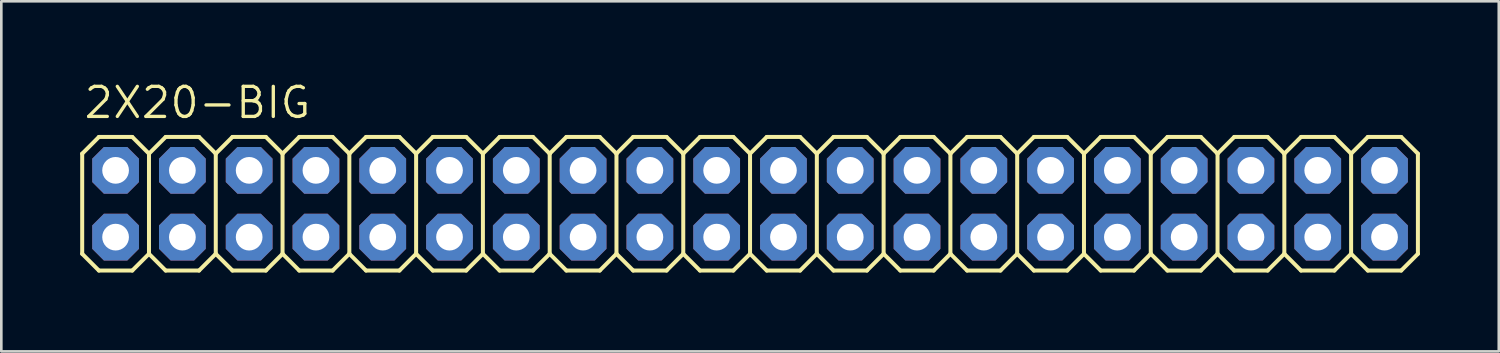
<source format=kicad_pcb>
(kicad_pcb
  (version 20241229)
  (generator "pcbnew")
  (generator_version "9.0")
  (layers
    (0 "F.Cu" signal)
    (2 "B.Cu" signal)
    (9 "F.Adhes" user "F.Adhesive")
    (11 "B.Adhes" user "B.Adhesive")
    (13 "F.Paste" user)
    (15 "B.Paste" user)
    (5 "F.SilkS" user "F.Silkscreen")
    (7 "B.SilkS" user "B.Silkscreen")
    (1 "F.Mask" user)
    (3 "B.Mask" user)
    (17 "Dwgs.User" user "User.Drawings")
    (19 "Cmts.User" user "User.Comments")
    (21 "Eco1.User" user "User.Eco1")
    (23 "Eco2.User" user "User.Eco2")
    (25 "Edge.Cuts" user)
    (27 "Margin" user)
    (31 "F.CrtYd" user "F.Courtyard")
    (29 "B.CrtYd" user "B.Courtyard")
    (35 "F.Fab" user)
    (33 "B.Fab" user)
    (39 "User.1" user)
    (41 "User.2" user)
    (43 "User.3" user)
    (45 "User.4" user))
  (footprint "2X20-BIG"
    (layer "F.Cu")
    (at 25.476 4.699)
    (property "Reference" "2X20-BIG" (at -25.4 -3.175 0) (layer "F.SilkS") (effects (font (size 1.143 1.143) (thickness 0.127)) (justify left bottom)))
    (fp_line (start -25.4 -1.905) (end -24.765 -2.54) (stroke (width 0.152) (type solid)) (layer "F.SilkS"))
    (fp_line (start -25.4 1.905) (end -25.4 -1.905) (stroke (width 0.152) (type solid)) (layer "F.SilkS"))
    (fp_line (start -25.4 1.905) (end -24.765 2.54) (stroke (width 0.152) (type solid)) (layer "F.SilkS"))
    (fp_line (start -24.765 -2.54) (end -23.495 -2.54) (stroke (width 0.152) (type solid)) (layer "F.SilkS"))
    (fp_line (start -24.765 2.54) (end -23.495 2.54) (stroke (width 0.152) (type solid)) (layer "F.SilkS"))
    (fp_line (start -23.495 -2.54) (end -22.86 -1.905) (stroke (width 0.152) (type solid)) (layer "F.SilkS"))
    (fp_line (start -23.495 2.54) (end -22.86 1.905) (stroke (width 0.152) (type solid)) (layer "F.SilkS"))
    (fp_line (start -22.86 -1.905) (end -22.86 1.905) (stroke (width 0.152) (type solid)) (layer "F.SilkS"))
    (fp_line (start -22.86 -1.905) (end -22.225 -2.54) (stroke (width 0.152) (type solid)) (layer "F.SilkS"))
    (fp_line (start -22.86 1.905) (end -22.225 2.54) (stroke (width 0.152) (type solid)) (layer "F.SilkS"))
    (fp_line (start -22.225 -2.54) (end -20.955 -2.54) (stroke (width 0.152) (type solid)) (layer "F.SilkS"))
    (fp_line (start -22.225 2.54) (end -20.955 2.54) (stroke (width 0.152) (type solid)) (layer "F.SilkS"))
    (fp_line (start -20.955 -2.54) (end -20.32 -1.905) (stroke (width 0.152) (type solid)) (layer "F.SilkS"))
    (fp_line (start -20.955 2.54) (end -20.32 1.905) (stroke (width 0.152) (type solid)) (layer "F.SilkS"))
    (fp_line (start -20.32 -1.905) (end -20.32 1.905) (stroke (width 0.152) (type solid)) (layer "F.SilkS"))
    (fp_line (start -20.32 -1.905) (end -19.685 -2.54) (stroke (width 0.152) (type solid)) (layer "F.SilkS"))
    (fp_line (start -20.32 1.905) (end -19.685 2.54) (stroke (width 0.152) (type solid)) (layer "F.SilkS"))
    (fp_line (start -19.685 -2.54) (end -18.415 -2.54) (stroke (width 0.152) (type solid)) (layer "F.SilkS"))
    (fp_line (start -19.685 2.54) (end -18.415 2.54) (stroke (width 0.152) (type solid)) (layer "F.SilkS"))
    (fp_line (start -18.415 -2.54) (end -17.78 -1.905) (stroke (width 0.152) (type solid)) (layer "F.SilkS"))
    (fp_line (start -18.415 2.54) (end -17.78 1.905) (stroke (width 0.152) (type solid)) (layer "F.SilkS"))
    (fp_line (start -17.78 -1.905) (end -17.78 1.905) (stroke (width 0.152) (type solid)) (layer "F.SilkS"))
    (fp_line (start -17.78 -1.905) (end -17.145 -2.54) (stroke (width 0.152) (type solid)) (layer "F.SilkS"))
    (fp_line (start -17.78 1.905) (end -17.145 2.54) (stroke (width 0.152) (type solid)) (layer "F.SilkS"))
    (fp_line (start -17.145 -2.54) (end -15.875 -2.54) (stroke (width 0.152) (type solid)) (layer "F.SilkS"))
    (fp_line (start -17.145 2.54) (end -15.875 2.54) (stroke (width 0.152) (type solid)) (layer "F.SilkS"))
    (fp_line (start -15.875 -2.54) (end -15.24 -1.905) (stroke (width 0.152) (type solid)) (layer "F.SilkS"))
    (fp_line (start -15.875 2.54) (end -15.24 1.905) (stroke (width 0.152) (type solid)) (layer "F.SilkS"))
    (fp_line (start -15.24 -1.905) (end -15.24 1.905) (stroke (width 0.152) (type solid)) (layer "F.SilkS"))
    (fp_line (start -15.24 -1.905) (end -14.605 -2.54) (stroke (width 0.152) (type solid)) (layer "F.SilkS"))
    (fp_line (start -15.24 1.905) (end -14.605 2.54) (stroke (width 0.152) (type solid)) (layer "F.SilkS"))
    (fp_line (start -14.605 -2.54) (end -13.335 -2.54) (stroke (width 0.152) (type solid)) (layer "F.SilkS"))
    (fp_line (start -14.605 2.54) (end -13.335 2.54) (stroke (width 0.152) (type solid)) (layer "F.SilkS"))
    (fp_line (start -13.335 -2.54) (end -12.7 -1.905) (stroke (width 0.152) (type solid)) (layer "F.SilkS"))
    (fp_line (start -13.335 2.54) (end -12.7 1.905) (stroke (width 0.152) (type solid)) (layer "F.SilkS"))
    (fp_line (start -12.7 -1.905) (end -12.7 1.905) (stroke (width 0.152) (type solid)) (layer "F.SilkS"))
    (fp_line (start -12.7 -1.905) (end -12.065 -2.54) (stroke (width 0.152) (type solid)) (layer "F.SilkS"))
    (fp_line (start -12.7 1.905) (end -12.065 2.54) (stroke (width 0.152) (type solid)) (layer "F.SilkS"))
    (fp_line (start -12.065 -2.54) (end -10.795 -2.54) (stroke (width 0.152) (type solid)) (layer "F.SilkS"))
    (fp_line (start -12.065 2.54) (end -10.795 2.54) (stroke (width 0.152) (type solid)) (layer "F.SilkS"))
    (fp_line (start -10.795 -2.54) (end -10.16 -1.905) (stroke (width 0.152) (type solid)) (layer "F.SilkS"))
    (fp_line (start -10.795 2.54) (end -10.16 1.905) (stroke (width 0.152) (type solid)) (layer "F.SilkS"))
    (fp_line (start -10.16 -1.905) (end -10.16 1.905) (stroke (width 0.152) (type solid)) (layer "F.SilkS"))
    (fp_line (start -10.16 -1.905) (end -9.525 -2.54) (stroke (width 0.152) (type solid)) (layer "F.SilkS"))
    (fp_line (start -10.16 1.905) (end -9.525 2.54) (stroke (width 0.152) (type solid)) (layer "F.SilkS"))
    (fp_line (start -9.525 -2.54) (end -8.255 -2.54) (stroke (width 0.152) (type solid)) (layer "F.SilkS"))
    (fp_line (start -8.255 -2.54) (end -7.62 -1.905) (stroke (width 0.152) (type solid)) (layer "F.SilkS"))
    (fp_line (start -8.255 2.54) (end -9.525 2.54) (stroke (width 0.152) (type solid)) (layer "F.SilkS"))
    (fp_line (start -7.62 -1.905) (end -7.62 1.905) (stroke (width 0.152) (type solid)) (layer "F.SilkS"))
    (fp_line (start -7.62 -1.905) (end -6.985 -2.54) (stroke (width 0.152) (type solid)) (layer "F.SilkS"))
    (fp_line (start -7.62 1.905) (end -8.255 2.54) (stroke (width 0.152) (type solid)) (layer "F.SilkS"))
    (fp_line (start -7.62 1.905) (end -6.985 2.54) (stroke (width 0.152) (type solid)) (layer "F.SilkS"))
    (fp_line (start -6.985 -2.54) (end -5.715 -2.54) (stroke (width 0.152) (type solid)) (layer "F.SilkS"))
    (fp_line (start -5.715 -2.54) (end -5.08 -1.905) (stroke (width 0.152) (type solid)) (layer "F.SilkS"))
    (fp_line (start -5.715 2.54) (end -6.985 2.54) (stroke (width 0.152) (type solid)) (layer "F.SilkS"))
    (fp_line (start -5.08 -1.905) (end -5.08 1.905) (stroke (width 0.152) (type solid)) (layer "F.SilkS"))
    (fp_line (start -5.08 -1.905) (end -4.445 -2.54) (stroke (width 0.152) (type solid)) (layer "F.SilkS"))
    (fp_line (start -5.08 1.905) (end -5.715 2.54) (stroke (width 0.152) (type solid)) (layer "F.SilkS"))
    (fp_line (start -5.08 1.905) (end -4.445 2.54) (stroke (width 0.152) (type solid)) (layer "F.SilkS"))
    (fp_line (start -4.445 -2.54) (end -3.175 -2.54) (stroke (width 0.152) (type solid)) (layer "F.SilkS"))
    (fp_line (start -3.175 -2.54) (end -2.54 -1.905) (stroke (width 0.152) (type solid)) (layer "F.SilkS"))
    (fp_line (start -3.175 2.54) (end -4.445 2.54) (stroke (width 0.152) (type solid)) (layer "F.SilkS"))
    (fp_line (start -2.54 -1.905) (end -2.54 1.905) (stroke (width 0.152) (type solid)) (layer "F.SilkS"))
    (fp_line (start -2.54 -1.905) (end -1.905 -2.54) (stroke (width 0.152) (type solid)) (layer "F.SilkS"))
    (fp_line (start -2.54 1.905) (end -3.175 2.54) (stroke (width 0.152) (type solid)) (layer "F.SilkS"))
    (fp_line (start -2.54 1.905) (end -1.905 2.54) (stroke (width 0.152) (type solid)) (layer "F.SilkS"))
    (fp_line (start -1.905 -2.54) (end -0.635 -2.54) (stroke (width 0.152) (type solid)) (layer "F.SilkS"))
    (fp_line (start -0.635 -2.54) (end 0 -1.905) (stroke (width 0.152) (type solid)) (layer "F.SilkS"))
    (fp_line (start -0.635 2.54) (end -1.905 2.54) (stroke (width 0.152) (type solid)) (layer "F.SilkS"))
    (fp_line (start 0 -1.905) (end 0 1.905) (stroke (width 0.152) (type solid)) (layer "F.SilkS"))
    (fp_line (start 0 -1.905) (end 0.635 -2.54) (stroke (width 0.152) (type solid)) (layer "F.SilkS"))
    (fp_line (start 0 1.905) (end -0.635 2.54) (stroke (width 0.152) (type solid)) (layer "F.SilkS"))
    (fp_line (start 0 1.905) (end 0.635 2.54) (stroke (width 0.152) (type solid)) (layer "F.SilkS"))
    (fp_line (start 0.635 -2.54) (end 1.905 -2.54) (stroke (width 0.152) (type solid)) (layer "F.SilkS"))
    (fp_line (start 1.905 -2.54) (end 2.54 -1.905) (stroke (width 0.152) (type solid)) (layer "F.SilkS"))
    (fp_line (start 1.905 2.54) (end 0.635 2.54) (stroke (width 0.152) (type solid)) (layer "F.SilkS"))
    (fp_line (start 2.54 -1.905) (end 2.54 1.905) (stroke (width 0.152) (type solid)) (layer "F.SilkS"))
    (fp_line (start 2.54 -1.905) (end 3.175 -2.54) (stroke (width 0.152) (type solid)) (layer "F.SilkS"))
    (fp_line (start 2.54 1.905) (end 1.905 2.54) (stroke (width 0.152) (type solid)) (layer "F.SilkS"))
    (fp_line (start 2.54 1.905) (end 3.175 2.54) (stroke (width 0.152) (type solid)) (layer "F.SilkS"))
    (fp_line (start 3.175 -2.54) (end 4.445 -2.54) (stroke (width 0.152) (type solid)) (layer "F.SilkS"))
    (fp_line (start 4.445 2.54) (end 3.175 2.54) (stroke (width 0.152) (type solid)) (layer "F.SilkS"))
    (fp_line (start 5.08 -1.905) (end 4.445 -2.54) (stroke (width 0.152) (type solid)) (layer "F.SilkS"))
    (fp_line (start 5.08 -1.905) (end 5.08 1.905) (stroke (width 0.152) (type solid)) (layer "F.SilkS"))
    (fp_line (start 5.08 -1.905) (end 5.715 -2.54) (stroke (width 0.152) (type solid)) (layer "F.SilkS"))
    (fp_line (start 5.08 1.905) (end 4.445 2.54) (stroke (width 0.152) (type solid)) (layer "F.SilkS"))
    (fp_line (start 5.08 1.905) (end 5.715 2.54) (stroke (width 0.152) (type solid)) (layer "F.SilkS"))
    (fp_line (start 6.985 -2.54) (end 5.715 -2.54) (stroke (width 0.152) (type solid)) (layer "F.SilkS"))
    (fp_line (start 6.985 -2.54) (end 7.62 -1.905) (stroke (width 0.152) (type solid)) (layer "F.SilkS"))
    (fp_line (start 6.985 2.54) (end 5.715 2.54) (stroke (width 0.152) (type solid)) (layer "F.SilkS"))
    (fp_line (start 7.62 -1.905) (end 7.62 1.905) (stroke (width 0.152) (type solid)) (layer "F.SilkS"))
    (fp_line (start 7.62 -1.905) (end 8.255 -2.54) (stroke (width 0.152) (type solid)) (layer "F.SilkS"))
    (fp_line (start 7.62 1.905) (end 6.985 2.54) (stroke (width 0.152) (type solid)) (layer "F.SilkS"))
    (fp_line (start 7.62 1.905) (end 8.255 2.54) (stroke (width 0.152) (type solid)) (layer "F.SilkS"))
    (fp_line (start 9.525 -2.54) (end 8.255 -2.54) (stroke (width 0.152) (type solid)) (layer "F.SilkS"))
    (fp_line (start 9.525 -2.54) (end 10.16 -1.905) (stroke (width 0.152) (type solid)) (layer "F.SilkS"))
    (fp_line (start 9.525 2.54) (end 8.255 2.54) (stroke (width 0.152) (type solid)) (layer "F.SilkS"))
    (fp_line (start 10.16 -1.905) (end 10.16 1.905) (stroke (width 0.152) (type solid)) (layer "F.SilkS"))
    (fp_line (start 10.16 -1.905) (end 10.795 -2.54) (stroke (width 0.152) (type solid)) (layer "F.SilkS"))
    (fp_line (start 10.16 1.905) (end 9.525 2.54) (stroke (width 0.152) (type solid)) (layer "F.SilkS"))
    (fp_line (start 10.795 2.54) (end 10.16 1.905) (stroke (width 0.152) (type solid)) (layer "F.SilkS"))
    (fp_line (start 10.795 2.54) (end 12.065 2.54) (stroke (width 0.152) (type solid)) (layer "F.SilkS"))
    (fp_line (start 12.065 -2.54) (end 10.795 -2.54) (stroke (width 0.152) (type solid)) (layer "F.SilkS"))
    (fp_line (start 12.065 -2.54) (end 12.7 -1.905) (stroke (width 0.152) (type solid)) (layer "F.SilkS"))
    (fp_line (start 12.7 -1.905) (end 12.7 1.905) (stroke (width 0.152) (type solid)) (layer "F.SilkS"))
    (fp_line (start 12.7 -1.905) (end 13.335 -2.54) (stroke (width 0.152) (type solid)) (layer "F.SilkS"))
    (fp_line (start 12.7 1.905) (end 12.065 2.54) (stroke (width 0.152) (type solid)) (layer "F.SilkS"))
    (fp_line (start 13.335 2.54) (end 12.7 1.905) (stroke (width 0.152) (type solid)) (layer "F.SilkS"))
    (fp_line (start 13.335 2.54) (end 14.605 2.54) (stroke (width 0.152) (type solid)) (layer "F.SilkS"))
    (fp_line (start 14.605 -2.54) (end 13.335 -2.54) (stroke (width 0.152) (type solid)) (layer "F.SilkS"))
    (fp_line (start 14.605 -2.54) (end 15.24 -1.905) (stroke (width 0.152) (type solid)) (layer "F.SilkS"))
    (fp_line (start 15.24 -1.905) (end 15.24 1.905) (stroke (width 0.152) (type solid)) (layer "F.SilkS"))
    (fp_line (start 15.24 -1.905) (end 15.875 -2.54) (stroke (width 0.152) (type solid)) (layer "F.SilkS"))
    (fp_line (start 15.24 1.905) (end 14.605 2.54) (stroke (width 0.152) (type solid)) (layer "F.SilkS"))
    (fp_line (start 15.24 1.905) (end 15.875 2.54) (stroke (width 0.152) (type solid)) (layer "F.SilkS"))
    (fp_line (start 17.145 -2.54) (end 15.875 -2.54) (stroke (width 0.152) (type solid)) (layer "F.SilkS"))
    (fp_line (start 17.145 -2.54) (end 17.78 -1.905) (stroke (width 0.152) (type solid)) (layer "F.SilkS"))
    (fp_line (start 17.145 2.54) (end 15.875 2.54) (stroke (width 0.152) (type solid)) (layer "F.SilkS"))
    (fp_line (start 17.78 -1.905) (end 17.78 1.905) (stroke (width 0.152) (type solid)) (layer "F.SilkS"))
    (fp_line (start 17.78 -1.905) (end 18.415 -2.54) (stroke (width 0.152) (type solid)) (layer "F.SilkS"))
    (fp_line (start 17.78 1.905) (end 17.145 2.54) (stroke (width 0.152) (type solid)) (layer "F.SilkS"))
    (fp_line (start 17.78 1.905) (end 18.415 2.54) (stroke (width 0.152) (type solid)) (layer "F.SilkS"))
    (fp_line (start 19.685 -2.54) (end 18.415 -2.54) (stroke (width 0.152) (type solid)) (layer "F.SilkS"))
    (fp_line (start 19.685 -2.54) (end 20.32 -1.905) (stroke (width 0.152) (type solid)) (layer "F.SilkS"))
    (fp_line (start 19.685 2.54) (end 18.415 2.54) (stroke (width 0.152) (type solid)) (layer "F.SilkS"))
    (fp_line (start 20.32 -1.905) (end 20.32 1.905) (stroke (width 0.152) (type solid)) (layer "F.SilkS"))
    (fp_line (start 20.32 -1.905) (end 20.955 -2.54) (stroke (width 0.152) (type solid)) (layer "F.SilkS"))
    (fp_line (start 20.32 1.905) (end 19.685 2.54) (stroke (width 0.152) (type solid)) (layer "F.SilkS"))
    (fp_line (start 20.32 1.905) (end 20.955 2.54) (stroke (width 0.152) (type solid)) (layer "F.SilkS"))
    (fp_line (start 22.225 -2.54) (end 20.955 -2.54) (stroke (width 0.152) (type solid)) (layer "F.SilkS"))
    (fp_line (start 22.225 -2.54) (end 22.86 -1.905) (stroke (width 0.152) (type solid)) (layer "F.SilkS"))
    (fp_line (start 22.225 2.54) (end 20.955 2.54) (stroke (width 0.152) (type solid)) (layer "F.SilkS"))
    (fp_line (start 22.86 -1.905) (end 22.86 1.905) (stroke (width 0.152) (type solid)) (layer "F.SilkS"))
    (fp_line (start 22.86 -1.905) (end 23.495 -2.54) (stroke (width 0.152) (type solid)) (layer "F.SilkS"))
    (fp_line (start 22.86 1.905) (end 22.225 2.54) (stroke (width 0.152) (type solid)) (layer "F.SilkS"))
    (fp_line (start 22.86 1.905) (end 23.495 2.54) (stroke (width 0.152) (type solid)) (layer "F.SilkS"))
    (fp_line (start 24.765 -2.54) (end 23.495 -2.54) (stroke (width 0.152) (type solid)) (layer "F.SilkS"))
    (fp_line (start 24.765 -2.54) (end 25.4 -1.905) (stroke (width 0.152) (type solid)) (layer "F.SilkS"))
    (fp_line (start 24.765 2.54) (end 23.495 2.54) (stroke (width 0.152) (type solid)) (layer "F.SilkS"))
    (fp_line (start 25.4 -1.905) (end 25.4 1.905) (stroke (width 0.152) (type solid)) (layer "F.SilkS"))
    (fp_line (start 25.4 1.905) (end 24.765 2.54) (stroke (width 0.152) (type solid)) (layer "F.SilkS"))
    (fp_poly (pts (xy -24.384 -1.016) (xy -23.876 -1.016) (xy -23.876 -1.524) (xy -24.384 -1.524)) (stroke (width 0.1) (type solid)) (fill no) (layer "F.Fab"))
    (fp_poly (pts (xy -24.384 1.524) (xy -23.876 1.524) (xy -23.876 1.016) (xy -24.384 1.016)) (stroke (width 0.1) (type solid)) (fill no) (layer "F.Fab"))
    (fp_poly (pts (xy -21.844 -1.016) (xy -21.336 -1.016) (xy -21.336 -1.524) (xy -21.844 -1.524)) (stroke (width 0.1) (type solid)) (fill no) (layer "F.Fab"))
    (fp_poly (pts (xy -21.844 1.524) (xy -21.336 1.524) (xy -21.336 1.016) (xy -21.844 1.016)) (stroke (width 0.1) (type solid)) (fill no) (layer "F.Fab"))
    (fp_poly (pts (xy -19.304 -1.016) (xy -18.796 -1.016) (xy -18.796 -1.524) (xy -19.304 -1.524)) (stroke (width 0.1) (type solid)) (fill no) (layer "F.Fab"))
    (fp_poly (pts (xy -19.304 1.524) (xy -18.796 1.524) (xy -18.796 1.016) (xy -19.304 1.016)) (stroke (width 0.1) (type solid)) (fill no) (layer "F.Fab"))
    (fp_poly (pts (xy -16.764 -1.016) (xy -16.256 -1.016) (xy -16.256 -1.524) (xy -16.764 -1.524)) (stroke (width 0.1) (type solid)) (fill no) (layer "F.Fab"))
    (fp_poly (pts (xy -16.764 1.524) (xy -16.256 1.524) (xy -16.256 1.016) (xy -16.764 1.016)) (stroke (width 0.1) (type solid)) (fill no) (layer "F.Fab"))
    (fp_poly (pts (xy -14.224 -1.016) (xy -13.716 -1.016) (xy -13.716 -1.524) (xy -14.224 -1.524)) (stroke (width 0.1) (type solid)) (fill no) (layer "F.Fab"))
    (fp_poly (pts (xy -14.224 1.524) (xy -13.716 1.524) (xy -13.716 1.016) (xy -14.224 1.016)) (stroke (width 0.1) (type solid)) (fill no) (layer "F.Fab"))
    (fp_poly (pts (xy -11.684 -1.016) (xy -11.176 -1.016) (xy -11.176 -1.524) (xy -11.684 -1.524)) (stroke (width 0.1) (type solid)) (fill no) (layer "F.Fab"))
    (fp_poly (pts (xy -11.684 1.524) (xy -11.176 1.524) (xy -11.176 1.016) (xy -11.684 1.016)) (stroke (width 0.1) (type solid)) (fill no) (layer "F.Fab"))
    (fp_poly (pts (xy -9.144 -1.016) (xy -8.636 -1.016) (xy -8.636 -1.524) (xy -9.144 -1.524)) (stroke (width 0.1) (type solid)) (fill no) (layer "F.Fab"))
    (fp_poly (pts (xy -9.144 1.524) (xy -8.636 1.524) (xy -8.636 1.016) (xy -9.144 1.016)) (stroke (width 0.1) (type solid)) (fill no) (layer "F.Fab"))
    (fp_poly (pts (xy -6.604 -1.016) (xy -6.096 -1.016) (xy -6.096 -1.524) (xy -6.604 -1.524)) (stroke (width 0.1) (type solid)) (fill no) (layer "F.Fab"))
    (fp_poly (pts (xy -6.604 1.524) (xy -6.096 1.524) (xy -6.096 1.016) (xy -6.604 1.016)) (stroke (width 0.1) (type solid)) (fill no) (layer "F.Fab"))
    (fp_poly (pts (xy -4.064 -1.016) (xy -3.556 -1.016) (xy -3.556 -1.524) (xy -4.064 -1.524)) (stroke (width 0.1) (type solid)) (fill no) (layer "F.Fab"))
    (fp_poly (pts (xy -4.064 1.524) (xy -3.556 1.524) (xy -3.556 1.016) (xy -4.064 1.016)) (stroke (width 0.1) (type solid)) (fill no) (layer "F.Fab"))
    (fp_poly (pts (xy -1.524 -1.016) (xy -1.016 -1.016) (xy -1.016 -1.524) (xy -1.524 -1.524)) (stroke (width 0.1) (type solid)) (fill no) (layer "F.Fab"))
    (fp_poly (pts (xy -1.524 1.524) (xy -1.016 1.524) (xy -1.016 1.016) (xy -1.524 1.016)) (stroke (width 0.1) (type solid)) (fill no) (layer "F.Fab"))
    (fp_poly (pts (xy 1.016 -1.016) (xy 1.524 -1.016) (xy 1.524 -1.524) (xy 1.016 -1.524)) (stroke (width 0.1) (type solid)) (fill no) (layer "F.Fab"))
    (fp_poly (pts (xy 1.016 1.524) (xy 1.524 1.524) (xy 1.524 1.016) (xy 1.016 1.016)) (stroke (width 0.1) (type solid)) (fill no) (layer "F.Fab"))
    (fp_poly (pts (xy 3.556 -1.016) (xy 4.064 -1.016) (xy 4.064 -1.524) (xy 3.556 -1.524)) (stroke (width 0.1) (type solid)) (fill no) (layer "F.Fab"))
    (fp_poly (pts (xy 3.556 1.524) (xy 4.064 1.524) (xy 4.064 1.016) (xy 3.556 1.016)) (stroke (width 0.1) (type solid)) (fill no) (layer "F.Fab"))
    (fp_poly (pts (xy 6.096 -1.016) (xy 6.604 -1.016) (xy 6.604 -1.524) (xy 6.096 -1.524)) (stroke (width 0.1) (type solid)) (fill no) (layer "F.Fab"))
    (fp_poly (pts (xy 6.096 1.524) (xy 6.604 1.524) (xy 6.604 1.016) (xy 6.096 1.016)) (stroke (width 0.1) (type solid)) (fill no) (layer "F.Fab"))
    (fp_poly (pts (xy 8.636 -1.016) (xy 9.144 -1.016) (xy 9.144 -1.524) (xy 8.636 -1.524)) (stroke (width 0.1) (type solid)) (fill no) (layer "F.Fab"))
    (fp_poly (pts (xy 8.636 1.524) (xy 9.144 1.524) (xy 9.144 1.016) (xy 8.636 1.016)) (stroke (width 0.1) (type solid)) (fill no) (layer "F.Fab"))
    (fp_poly (pts (xy 11.176 -1.016) (xy 11.684 -1.016) (xy 11.684 -1.524) (xy 11.176 -1.524)) (stroke (width 0.1) (type solid)) (fill no) (layer "F.Fab"))
    (fp_poly (pts (xy 11.176 1.524) (xy 11.684 1.524) (xy 11.684 1.016) (xy 11.176 1.016)) (stroke (width 0.1) (type solid)) (fill no) (layer "F.Fab"))
    (fp_poly (pts (xy 13.716 -1.016) (xy 14.224 -1.016) (xy 14.224 -1.524) (xy 13.716 -1.524)) (stroke (width 0.1) (type solid)) (fill no) (layer "F.Fab"))
    (fp_poly (pts (xy 13.716 1.524) (xy 14.224 1.524) (xy 14.224 1.016) (xy 13.716 1.016)) (stroke (width 0.1) (type solid)) (fill no) (layer "F.Fab"))
    (fp_poly (pts (xy 16.256 -1.016) (xy 16.764 -1.016) (xy 16.764 -1.524) (xy 16.256 -1.524)) (stroke (width 0.1) (type solid)) (fill no) (layer "F.Fab"))
    (fp_poly (pts (xy 16.256 1.524) (xy 16.764 1.524) (xy 16.764 1.016) (xy 16.256 1.016)) (stroke (width 0.1) (type solid)) (fill no) (layer "F.Fab"))
    (fp_poly (pts (xy 18.796 -1.016) (xy 19.304 -1.016) (xy 19.304 -1.524) (xy 18.796 -1.524)) (stroke (width 0.1) (type solid)) (fill no) (layer "F.Fab"))
    (fp_poly (pts (xy 18.796 1.524) (xy 19.304 1.524) (xy 19.304 1.016) (xy 18.796 1.016)) (stroke (width 0.1) (type solid)) (fill no) (layer "F.Fab"))
    (fp_poly (pts (xy 21.336 -1.016) (xy 21.844 -1.016) (xy 21.844 -1.524) (xy 21.336 -1.524)) (stroke (width 0.1) (type solid)) (fill no) (layer "F.Fab"))
    (fp_poly (pts (xy 21.336 1.524) (xy 21.844 1.524) (xy 21.844 1.016) (xy 21.336 1.016)) (stroke (width 0.1) (type solid)) (fill no) (layer "F.Fab"))
    (fp_poly (pts (xy 23.876 -1.016) (xy 24.384 -1.016) (xy 24.384 -1.524) (xy 23.876 -1.524)) (stroke (width 0.1) (type solid)) (fill no) (layer "F.Fab"))
    (fp_poly (pts (xy 23.876 1.524) (xy 24.384 1.524) (xy 24.384 1.016) (xy 23.876 1.016)) (stroke (width 0.1) (type solid)) (fill no) (layer "F.Fab"))
    (pad "1" thru_hole roundrect (at -24.13 1.27) (size 1.778 1.778) (drill 1.016) (layers "*.Cu" "*.Mask") (roundrect_rratio 0.25) (chamfer_ratio 0.25) (chamfer top_left top_right bottom_left bottom_right))
    (pad "2" thru_hole roundrect (at -24.13 -1.27) (size 1.778 1.778) (drill 1.016) (layers "*.Cu" "*.Mask") (roundrect_rratio 0.25) (chamfer_ratio 0.25) (chamfer top_left top_right bottom_left bottom_right))
    (pad "3" thru_hole roundrect (at -21.59 1.27) (size 1.778 1.778) (drill 1.016) (layers "*.Cu" "*.Mask") (roundrect_rratio 0.25) (chamfer_ratio 0.25) (chamfer top_left top_right bottom_left bottom_right))
    (pad "4" thru_hole roundrect (at -21.59 -1.27) (size 1.778 1.778) (drill 1.016) (layers "*.Cu" "*.Mask") (roundrect_rratio 0.25) (chamfer_ratio 0.25) (chamfer top_left top_right bottom_left bottom_right))
    (pad "5" thru_hole roundrect (at -19.05 1.27) (size 1.778 1.778) (drill 1.016) (layers "*.Cu" "*.Mask") (roundrect_rratio 0.25) (chamfer_ratio 0.25) (chamfer top_left top_right bottom_left bottom_right))
    (pad "6" thru_hole roundrect (at -19.05 -1.27) (size 1.778 1.778) (drill 1.016) (layers "*.Cu" "*.Mask") (roundrect_rratio 0.25) (chamfer_ratio 0.25) (chamfer top_left top_right bottom_left bottom_right))
    (pad "7" thru_hole roundrect (at -16.51 1.27) (size 1.778 1.778) (drill 1.016) (layers "*.Cu" "*.Mask") (roundrect_rratio 0.25) (chamfer_ratio 0.25) (chamfer top_left top_right bottom_left bottom_right))
    (pad "8" thru_hole roundrect (at -16.51 -1.27) (size 1.778 1.778) (drill 1.016) (layers "*.Cu" "*.Mask") (roundrect_rratio 0.25) (chamfer_ratio 0.25) (chamfer top_left top_right bottom_left bottom_right))
    (pad "9" thru_hole roundrect (at -13.97 1.27) (size 1.778 1.778) (drill 1.016) (layers "*.Cu" "*.Mask") (roundrect_rratio 0.25) (chamfer_ratio 0.25) (chamfer top_left top_right bottom_left bottom_right))
    (pad "10" thru_hole roundrect (at -13.97 -1.27) (size 1.778 1.778) (drill 1.016) (layers "*.Cu" "*.Mask") (roundrect_rratio 0.25) (chamfer_ratio 0.25) (chamfer top_left top_right bottom_left bottom_right))
    (pad "11" thru_hole roundrect (at -11.43 1.27) (size 1.778 1.778) (drill 1.016) (layers "*.Cu" "*.Mask") (roundrect_rratio 0.25) (chamfer_ratio 0.25) (chamfer top_left top_right bottom_left bottom_right))
    (pad "12" thru_hole roundrect (at -11.43 -1.27) (size 1.778 1.778) (drill 1.016) (layers "*.Cu" "*.Mask") (roundrect_rratio 0.25) (chamfer_ratio 0.25) (chamfer top_left top_right bottom_left bottom_right))
    (pad "13" thru_hole roundrect (at -8.89 1.27) (size 1.778 1.778) (drill 1.016) (layers "*.Cu" "*.Mask") (roundrect_rratio 0.25) (chamfer_ratio 0.25) (chamfer top_left top_right bottom_left bottom_right))
    (pad "14" thru_hole roundrect (at -8.89 -1.27) (size 1.778 1.778) (drill 1.016) (layers "*.Cu" "*.Mask") (roundrect_rratio 0.25) (chamfer_ratio 0.25) (chamfer top_left top_right bottom_left bottom_right))
    (pad "15" thru_hole roundrect (at -6.35 1.27) (size 1.778 1.778) (drill 1.016) (layers "*.Cu" "*.Mask") (roundrect_rratio 0.25) (chamfer_ratio 0.25) (chamfer top_left top_right bottom_left bottom_right))
    (pad "16" thru_hole roundrect (at -6.35 -1.27) (size 1.778 1.778) (drill 1.016) (layers "*.Cu" "*.Mask") (roundrect_rratio 0.25) (chamfer_ratio 0.25) (chamfer top_left top_right bottom_left bottom_right))
    (pad "17" thru_hole roundrect (at -3.81 1.27) (size 1.778 1.778) (drill 1.016) (layers "*.Cu" "*.Mask") (roundrect_rratio 0.25) (chamfer_ratio 0.25) (chamfer top_left top_right bottom_left bottom_right))
    (pad "18" thru_hole roundrect (at -3.81 -1.27) (size 1.778 1.778) (drill 1.016) (layers "*.Cu" "*.Mask") (roundrect_rratio 0.25) (chamfer_ratio 0.25) (chamfer top_left top_right bottom_left bottom_right))
    (pad "19" thru_hole roundrect (at -1.27 1.27) (size 1.778 1.778) (drill 1.016) (layers "*.Cu" "*.Mask") (roundrect_rratio 0.25) (chamfer_ratio 0.25) (chamfer top_left top_right bottom_left bottom_right))
    (pad "20" thru_hole roundrect (at -1.27 -1.27) (size 1.778 1.778) (drill 1.016) (layers "*.Cu" "*.Mask") (roundrect_rratio 0.25) (chamfer_ratio 0.25) (chamfer top_left top_right bottom_left bottom_right))
    (pad "21" thru_hole roundrect (at 1.27 1.27) (size 1.778 1.778) (drill 1.016) (layers "*.Cu" "*.Mask") (roundrect_rratio 0.25) (chamfer_ratio 0.25) (chamfer top_left top_right bottom_left bottom_right))
    (pad "22" thru_hole roundrect (at 1.27 -1.27) (size 1.778 1.778) (drill 1.016) (layers "*.Cu" "*.Mask") (roundrect_rratio 0.25) (chamfer_ratio 0.25) (chamfer top_left top_right bottom_left bottom_right))
    (pad "23" thru_hole roundrect (at 3.81 1.27) (size 1.778 1.778) (drill 1.016) (layers "*.Cu" "*.Mask") (roundrect_rratio 0.25) (chamfer_ratio 0.25) (chamfer top_left top_right bottom_left bottom_right))
    (pad "24" thru_hole roundrect (at 3.81 -1.27) (size 1.778 1.778) (drill 1.016) (layers "*.Cu" "*.Mask") (roundrect_rratio 0.25) (chamfer_ratio 0.25) (chamfer top_left top_right bottom_left bottom_right))
    (pad "25" thru_hole roundrect (at 6.35 1.27) (size 1.778 1.778) (drill 1.016) (layers "*.Cu" "*.Mask") (roundrect_rratio 0.25) (chamfer_ratio 0.25) (chamfer top_left top_right bottom_left bottom_right))
    (pad "26" thru_hole roundrect (at 6.35 -1.27) (size 1.778 1.778) (drill 1.016) (layers "*.Cu" "*.Mask") (roundrect_rratio 0.25) (chamfer_ratio 0.25) (chamfer top_left top_right bottom_left bottom_right))
    (pad "27" thru_hole roundrect (at 8.89 1.27) (size 1.778 1.778) (drill 1.016) (layers "*.Cu" "*.Mask") (roundrect_rratio 0.25) (chamfer_ratio 0.25) (chamfer top_left top_right bottom_left bottom_right))
    (pad "28" thru_hole roundrect (at 8.89 -1.27) (size 1.778 1.778) (drill 1.016) (layers "*.Cu" "*.Mask") (roundrect_rratio 0.25) (chamfer_ratio 0.25) (chamfer top_left top_right bottom_left bottom_right))
    (pad "29" thru_hole roundrect (at 11.43 1.27) (size 1.778 1.778) (drill 1.016) (layers "*.Cu" "*.Mask") (roundrect_rratio 0.25) (chamfer_ratio 0.25) (chamfer top_left top_right bottom_left bottom_right))
    (pad "30" thru_hole roundrect (at 11.43 -1.27) (size 1.778 1.778) (drill 1.016) (layers "*.Cu" "*.Mask") (roundrect_rratio 0.25) (chamfer_ratio 0.25) (chamfer top_left top_right bottom_left bottom_right))
    (pad "31" thru_hole roundrect (at 13.97 1.27) (size 1.778 1.778) (drill 1.016) (layers "*.Cu" "*.Mask") (roundrect_rratio 0.25) (chamfer_ratio 0.25) (chamfer top_left top_right bottom_left bottom_right))
    (pad "32" thru_hole roundrect (at 13.97 -1.27) (size 1.778 1.778) (drill 1.016) (layers "*.Cu" "*.Mask") (roundrect_rratio 0.25) (chamfer_ratio 0.25) (chamfer top_left top_right bottom_left bottom_right))
    (pad "33" thru_hole roundrect (at 16.51 1.27) (size 1.778 1.778) (drill 1.016) (layers "*.Cu" "*.Mask") (roundrect_rratio 0.25) (chamfer_ratio 0.25) (chamfer top_left top_right bottom_left bottom_right))
    (pad "34" thru_hole roundrect (at 16.51 -1.27) (size 1.778 1.778) (drill 1.016) (layers "*.Cu" "*.Mask") (roundrect_rratio 0.25) (chamfer_ratio 0.25) (chamfer top_left top_right bottom_left bottom_right))
    (pad "35" thru_hole roundrect (at 19.05 1.27) (size 1.778 1.778) (drill 1.016) (layers "*.Cu" "*.Mask") (roundrect_rratio 0.25) (chamfer_ratio 0.25) (chamfer top_left top_right bottom_left bottom_right))
    (pad "36" thru_hole roundrect (at 19.05 -1.27) (size 1.778 1.778) (drill 1.016) (layers "*.Cu" "*.Mask") (roundrect_rratio 0.25) (chamfer_ratio 0.25) (chamfer top_left top_right bottom_left bottom_right))
    (pad "37" thru_hole roundrect (at 21.59 1.27) (size 1.778 1.778) (drill 1.016) (layers "*.Cu" "*.Mask") (roundrect_rratio 0.25) (chamfer_ratio 0.25) (chamfer top_left top_right bottom_left bottom_right))
    (pad "38" thru_hole roundrect (at 21.59 -1.27) (size 1.778 1.778) (drill 1.016) (layers "*.Cu" "*.Mask") (roundrect_rratio 0.25) (chamfer_ratio 0.25) (chamfer top_left top_right bottom_left bottom_right))
    (pad "39" thru_hole roundrect (at 24.13 1.27) (size 1.778 1.778) (drill 1.016) (layers "*.Cu" "*.Mask") (roundrect_rratio 0.25) (chamfer_ratio 0.25) (chamfer top_left top_right bottom_left bottom_right))
    (pad "40" thru_hole roundrect (at 24.13 -1.27) (size 1.778 1.778) (drill 1.016) (layers "*.Cu" "*.Mask") (roundrect_rratio 0.25) (chamfer_ratio 0.25) (chamfer top_left top_right bottom_left bottom_right)))
  (gr_rect
    (start -3 -3)
    (end 53.952 10.315)
    (stroke (width 0.1) (type default))
    (fill no)
    (layer "Edge.Cuts")))
</source>
